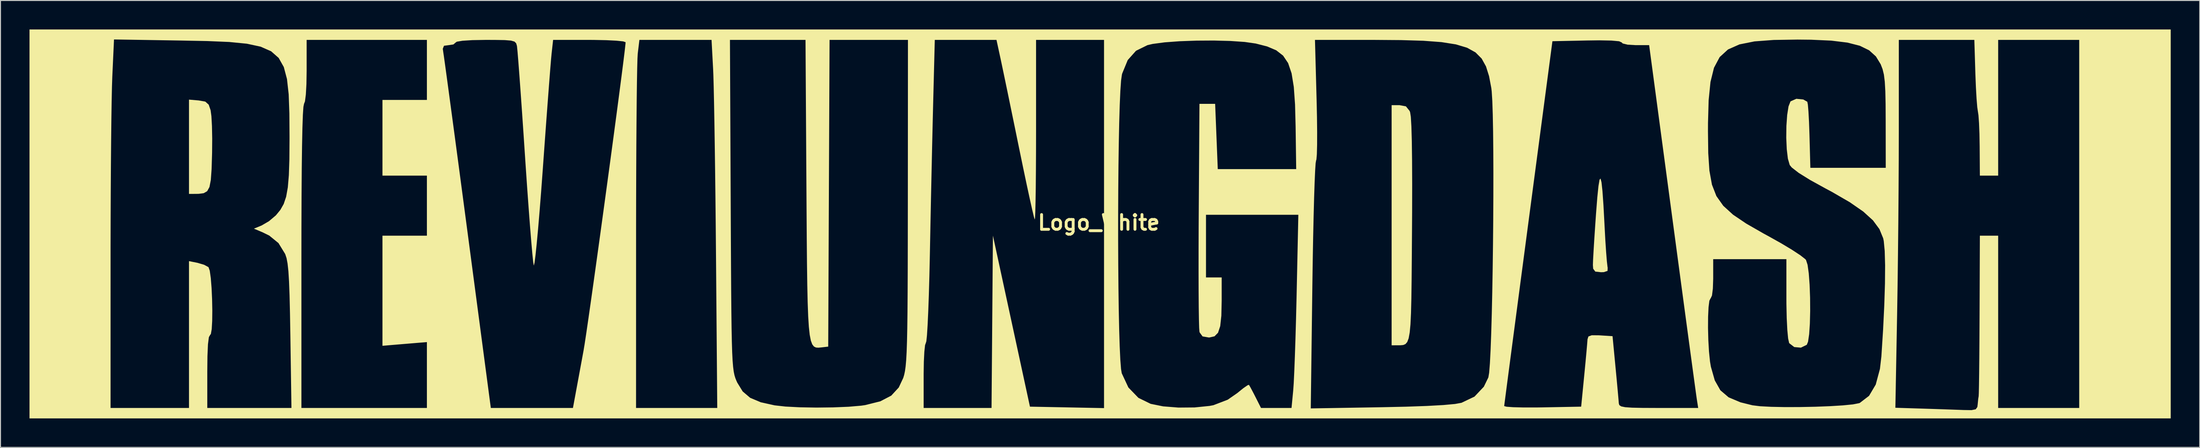
<source format=kicad_pcb>
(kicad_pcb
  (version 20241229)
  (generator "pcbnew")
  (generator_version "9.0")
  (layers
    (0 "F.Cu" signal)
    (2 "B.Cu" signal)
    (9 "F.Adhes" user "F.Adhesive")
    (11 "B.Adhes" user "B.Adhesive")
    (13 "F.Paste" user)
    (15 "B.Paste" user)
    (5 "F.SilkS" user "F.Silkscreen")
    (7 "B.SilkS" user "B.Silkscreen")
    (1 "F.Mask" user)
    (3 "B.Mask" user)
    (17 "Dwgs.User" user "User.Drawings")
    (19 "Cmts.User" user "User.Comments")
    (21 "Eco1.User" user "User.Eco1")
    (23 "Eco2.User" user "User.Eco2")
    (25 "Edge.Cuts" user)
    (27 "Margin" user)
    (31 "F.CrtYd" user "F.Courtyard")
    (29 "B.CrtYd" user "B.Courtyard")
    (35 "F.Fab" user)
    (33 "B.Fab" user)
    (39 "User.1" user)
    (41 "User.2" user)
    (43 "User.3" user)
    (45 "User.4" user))
  (footprint "Logo_White"
    (layer "F.Cu")
    (at 110.517 19.996)
    (property "Reference" "Logo_White" (at 0 0 0) (layer "F.SilkS") (effects (font (size 1.524 1.524) (thickness 0.3))))
    (attr board_only exclude_from_pos_files exclude_from_bom)
    (fp_poly (pts (xy -93.036 -12.649) (xy -92.349 -12.528) (xy -91.996 -12.21) (xy -91.8 -11.639) (xy -91.717 -11.022) (xy -91.66 -10) (xy -91.635 -8.709) (xy -91.646 -7.285) (xy -91.65 -7.103) (xy -91.698 -5.53) (xy -91.777 -4.418) (xy -91.918 -3.687) (xy -92.152 -3.257) (xy -92.511 -3.048) (xy -93.027 -2.981) (xy -93.291 -2.976) (xy -94.034 -2.972) (xy -94.034 -12.733)) (stroke (width 0) (type solid)) (fill yes) (layer "F.SilkS"))
    (fp_poly (pts (xy 31.743 -12.036) (xy 32.119 -11.568) (xy 32.175 -11.431) (xy 32.249 -10.95) (xy 32.308 -9.947) (xy 32.351 -8.44) (xy 32.377 -6.448) (xy 32.388 -3.989) (xy 32.382 -1.082) (xy 32.371 0.738) (xy 32.351 3.59) (xy 32.331 5.947) (xy 32.305 7.858) (xy 32.267 9.37) (xy 32.212 10.528) (xy 32.132 11.381) (xy 32.024 11.974) (xy 31.88 12.356) (xy 31.695 12.572) (xy 31.462 12.669) (xy 31.177 12.695) (xy 30.872 12.696) (xy 30.264 12.7) (xy 30.264 -12.16) (xy 31.081 -12.16)) (stroke (width 0) (type solid)) (fill yes) (layer "F.SilkS"))
    (fp_poly (pts (xy 51.955 -4.181) (xy 52.055 -3.266) (xy 52.157 -1.821) (xy 52.264 0.16) (xy 52.276 0.405) (xy 52.352 1.815) (xy 52.434 3.057) (xy 52.512 4.019) (xy 52.578 4.587) (xy 52.594 4.661) (xy 52.58 4.997) (xy 52.198 5.124) (xy 51.899 5.134) (xy 51.314 5.068) (xy 51.094 4.769) (xy 51.067 4.391) (xy 51.084 3.879) (xy 51.136 2.935) (xy 51.214 1.667) (xy 51.313 0.182) (xy 51.392 -0.946) (xy 51.523 -2.619) (xy 51.642 -3.783) (xy 51.752 -4.435) (xy 51.855 -4.569)) (stroke (width 0) (type solid)) (fill yes) (layer "F.SilkS"))
    (fp_poly (pts (xy 110.787 20.266) (xy -110.517 20.266) (xy -110.517 19.231) (xy 21.908 19.231) (xy 29.126 19.111) (xy 31.743 19.054) (xy 33.566 18.99) (xy 41.898 18.99) (xy 42.147 19.058) (xy 42.842 19.108) (xy 43.891 19.134) (xy 45.198 19.134) (xy 45.869 19.125) (xy 49.854 19.05) (xy 50.172 15.807) (xy 50.298 14.5) (xy 50.404 13.357) (xy 50.478 12.506) (xy 50.51 12.077) (xy 50.605 11.783) (xy 50.95 11.659) (xy 51.676 11.664) (xy 51.813 11.672) (xy 53.097 11.754) (xy 53.407 14.997) (xy 53.531 16.303) (xy 53.636 17.442) (xy 53.711 18.288) (xy 53.745 18.712) (xy 53.8 18.894) (xy 53.994 19.023) (xy 54.405 19.107) (xy 55.113 19.156) (xy 56.198 19.179) (xy 57.739 19.185) (xy 57.861 19.185) (xy 61.949 19.185) (xy 61.946 19.165) (xy 82.329 19.165) (xy 85.142 19.253) (xy 86.507 19.297) (xy 87.843 19.343) (xy 88.948 19.382) (xy 89.373 19.398) (xy 90.203 19.41) (xy 90.633 19.324) (xy 90.801 19.089) (xy 90.833 18.847) (xy 90.892 18.243) (xy 90.937 17.969) (xy 90.953 17.64) (xy 90.97 16.84) (xy 90.987 15.636) (xy 91.003 14.099) (xy 91.016 12.295) (xy 91.027 10.295) (xy 91.031 9.525) (xy 91.062 1.351) (xy 92.953 1.351) (xy 92.953 19.185) (xy 101.33 19.185) (xy 101.33 -18.915) (xy 92.953 -18.915) (xy 92.953 -4.864) (xy 91.062 -4.864) (xy 91.041 -7.904) (xy 91.019 -9.182) (xy 90.975 -10.3) (xy 90.916 -11.124) (xy 90.861 -11.484) (xy 90.792 -11.952) (xy 90.72 -12.837) (xy 90.653 -14.016) (xy 90.599 -15.363) (xy 90.596 -15.47) (xy 90.491 -18.915) (xy 82.685 -18.915) (xy 82.684 -9.39) (xy 82.678 -6.567) (xy 82.66 -3.382) (xy 82.633 -0.012) (xy 82.597 3.365) (xy 82.556 6.571) (xy 82.51 9.43) (xy 82.506 9.65) (xy 82.329 19.165) (xy 61.946 19.165) (xy 61.811 18.307) (xy 61.752 17.893) (xy 61.628 16.991) (xy 61.445 15.647) (xy 61.209 13.907) (xy 60.927 11.819) (xy 60.605 9.429) (xy 60.249 6.783) (xy 59.866 3.93) (xy 59.462 0.915) (xy 59.276 -0.472) (xy 58.074 -9.45) (xy 62.96 -9.45) (xy 62.988 -7.192) (xy 63.108 -5.383) (xy 63.371 -3.932) (xy 63.831 -2.749) (xy 64.541 -1.743) (xy 65.551 -0.823) (xy 66.916 0.1) (xy 68.687 1.117) (xy 69.279 1.44) (xy 70.539 2.147) (xy 71.648 2.814) (xy 72.508 3.38) (xy 73.019 3.781) (xy 73.092 3.865) (xy 73.253 4.36) (xy 73.378 5.255) (xy 73.465 6.431) (xy 73.514 7.768) (xy 73.523 9.146) (xy 73.492 10.444) (xy 73.419 11.544) (xy 73.304 12.325) (xy 73.174 12.646) (xy 72.565 12.942) (xy 71.879 12.881) (xy 71.369 12.488) (xy 71.346 12.448) (xy 71.244 11.993) (xy 71.16 11.101) (xy 71.099 9.876) (xy 71.068 8.422) (xy 71.066 7.854) (xy 71.066 3.783) (xy 63.5 3.783) (xy 63.5 5.81) (xy 63.466 6.831) (xy 63.376 7.542) (xy 63.242 7.834) (xy 63.23 7.836) (xy 63.104 8.086) (xy 63.019 8.759) (xy 62.973 9.737) (xy 62.965 10.904) (xy 62.996 12.143) (xy 63.065 13.339) (xy 63.17 14.374) (xy 63.261 14.916) (xy 63.663 16.33) (xy 64.242 17.356) (xy 65.093 18.083) (xy 66.314 18.6) (xy 67.553 18.908) (xy 68.339 19.006) (xy 69.494 19.067) (xy 70.905 19.095) (xy 72.464 19.091) (xy 74.059 19.059) (xy 75.579 19) (xy 76.913 18.918) (xy 77.952 18.814) (xy 78.584 18.69) (xy 78.654 18.663) (xy 79.609 17.93) (xy 80.3 16.763) (xy 80.734 15.143) (xy 80.883 13.855) (xy 81.06 11.083) (xy 81.183 8.55) (xy 81.253 6.311) (xy 81.268 4.42) (xy 81.227 2.934) (xy 81.129 1.906) (xy 81.07 1.621) (xy 80.681 0.672) (xy 80.012 -0.236) (xy 79.007 -1.149) (xy 77.614 -2.115) (xy 75.776 -3.18) (xy 75.113 -3.535) (xy 73.512 -4.418) (xy 72.336 -5.15) (xy 71.614 -5.712) (xy 71.408 -5.967) (xy 71.22 -6.619) (xy 71.103 -7.606) (xy 71.052 -8.785) (xy 71.067 -10.012) (xy 71.146 -11.142) (xy 71.286 -12.033) (xy 71.485 -12.539) (xy 71.5 -12.555) (xy 72.094 -12.819) (xy 72.814 -12.747) (xy 73.228 -12.51) (xy 73.286 -12.207) (xy 73.347 -11.473) (xy 73.404 -10.413) (xy 73.449 -9.136) (xy 73.452 -9.03) (xy 73.542 -5.674) (xy 81.334 -5.674) (xy 81.328 -10.471) (xy 81.319 -12.261) (xy 81.29 -13.605) (xy 81.234 -14.595) (xy 81.143 -15.324) (xy 81.007 -15.885) (xy 80.82 -16.372) (xy 80.809 -16.398) (xy 80.316 -17.206) (xy 79.619 -17.837) (xy 78.658 -18.308) (xy 77.375 -18.636) (xy 75.708 -18.84) (xy 73.6 -18.935) (xy 72.203 -18.948) (xy 69.75 -18.91) (xy 67.771 -18.761) (xy 66.214 -18.45) (xy 65.03 -17.925) (xy 64.169 -17.136) (xy 63.582 -16.031) (xy 63.219 -14.558) (xy 63.029 -12.667) (xy 62.963 -10.307) (xy 62.96 -9.45) (xy 58.074 -9.45) (xy 56.88 -18.373) (xy 55.461 -18.374) (xy 54.657 -18.422) (xy 54.146 -18.547) (xy 54.043 -18.653) (xy 53.777 -18.774) (xy 52.995 -18.846) (xy 51.719 -18.87) (xy 50.463 -18.855) (xy 46.884 -18.78) (xy 44.398 0) (xy 43.985 3.125) (xy 43.592 6.093) (xy 43.227 8.862) (xy 42.894 11.386) (xy 42.599 13.623) (xy 42.348 15.529) (xy 42.147 17.061) (xy 42.002 18.176) (xy 41.917 18.829) (xy 41.898 18.99) (xy 33.566 18.99) (xy 33.913 18.977) (xy 35.613 18.883) (xy 36.82 18.772) (xy 37.487 18.651) (xy 38.83 18.01) (xy 39.796 16.984) (xy 40.263 16.022) (xy 40.345 15.53) (xy 40.422 14.56) (xy 40.493 13.177) (xy 40.558 11.444) (xy 40.616 9.423) (xy 40.666 7.18) (xy 40.708 4.777) (xy 40.741 2.277) (xy 40.765 -0.256) (xy 40.778 -2.759) (xy 40.781 -5.168) (xy 40.772 -7.42) (xy 40.751 -9.451) (xy 40.717 -11.198) (xy 40.67 -12.598) (xy 40.608 -13.587) (xy 40.568 -13.932) (xy 40.335 -15.161) (xy 40.018 -16.171) (xy 39.568 -16.984) (xy 38.934 -17.622) (xy 38.065 -18.104) (xy 36.909 -18.451) (xy 35.418 -18.686) (xy 33.538 -18.827) (xy 31.221 -18.896) (xy 28.428 -18.915) (xy 22.342 -18.915) (xy 22.51 -12.719) (xy 22.549 -10.949) (xy 22.566 -9.368) (xy 22.562 -8.054) (xy 22.537 -7.083) (xy 22.492 -6.533) (xy 22.459 -6.437) (xy 22.411 -6.158) (xy 22.36 -5.391) (xy 22.307 -4.19) (xy 22.254 -2.608) (xy 22.203 -0.697) (xy 22.154 1.488) (xy 22.11 3.896) (xy 22.073 6.44) (xy 21.908 19.231) (xy -110.517 19.231) (xy -110.517 19.185) (xy -102.14 19.185) (xy -94.034 19.185) (xy -94.034 3.986) (xy -93.164 4.16) (xy -92.474 4.362) (xy -92.02 4.608) (xy -92.016 4.612) (xy -91.887 4.983) (xy -91.781 5.739) (xy -91.7 6.758) (xy -91.647 7.918) (xy -91.624 9.097) (xy -91.636 10.173) (xy -91.685 11.026) (xy -91.773 11.532) (xy -91.845 11.619) (xy -91.979 11.859) (xy -92.073 12.59) (xy -92.127 13.828) (xy -92.143 15.402) (xy -92.143 19.185) (xy -83.445 19.185) (xy -82.415 19.185) (xy -69.445 19.185) (xy -69.445 12.366) (xy -71.741 12.557) (xy -74.038 12.749) (xy -74.038 1.351) (xy -69.445 1.351) (xy -69.445 -4.864) (xy -74.038 -4.864) (xy -74.038 -12.7) (xy -69.445 -12.7) (xy -69.445 -17.996) (xy -67.802 -17.996) (xy -67.751 -17.631) (xy -67.693 -17.242) (xy -67.57 -16.363) (xy -67.389 -15.04) (xy -67.156 -13.32) (xy -66.877 -11.249) (xy -66.558 -8.873) (xy -66.206 -6.238) (xy -65.827 -3.39) (xy -65.427 -0.376) (xy -65.225 1.148) (xy -62.838 19.185) (xy -54.351 19.185) (xy -47.828 19.185) (xy -39.435 19.185) (xy -18.104 19.185) (xy -11.086 19.185) (xy -11.015 10.265) (xy -10.944 1.345) (xy -9.03 10.197) (xy -7.117 19.05) (xy -3.288 19.125) (xy 0.54 19.2) (xy 0.54 1.735) (xy 1.998 1.735) (xy 2.009 4.281) (xy 2.03 6.723) (xy 2.061 8.997) (xy 2.104 11.041) (xy 2.158 12.79) (xy 2.223 14.18) (xy 2.298 15.149) (xy 2.371 15.593) (xy 3.059 17.068) (xy 4.095 18.14) (xy 5.359 18.759) (xy 6.641 19.019) (xy 8.228 19.145) (xy 9.901 19.132) (xy 11.44 18.975) (xy 11.846 18.899) (xy 13.321 18.333) (xy 14.304 17.651) (xy 14.936 17.139) (xy 15.382 16.832) (xy 15.517 16.789) (xy 15.681 17.069) (xy 15.996 17.666) (xy 16.185 18.037) (xy 16.764 19.185) (xy 19.918 19.185) (xy 20.094 17.361) (xy 20.145 16.622) (xy 20.202 15.43) (xy 20.263 13.871) (xy 20.325 12.032) (xy 20.383 10) (xy 20.436 7.862) (xy 20.447 7.363) (xy 20.623 -0.811) (xy 11.079 -0.811) (xy 11.079 5.674) (xy 12.7 5.674) (xy 12.7 8.089) (xy 12.666 9.633) (xy 12.549 10.713) (xy 12.321 11.401) (xy 11.959 11.768) (xy 11.436 11.888) (xy 11.361 11.889) (xy 10.723 11.778) (xy 10.426 11.372) (xy 10.401 11.281) (xy 10.371 10.888) (xy 10.347 10.013) (xy 10.328 8.718) (xy 10.316 7.06) (xy 10.311 5.099) (xy 10.312 2.896) (xy 10.32 0.509) (xy 10.328 -0.811) (xy 10.403 -12.295) (xy 12.024 -12.295) (xy 12.16 -8.917) (xy 12.295 -5.539) (xy 20.401 -5.539) (xy 20.341 -9.941) (xy 20.282 -12.234) (xy 20.153 -14.051) (xy 19.925 -15.456) (xy 19.566 -16.514) (xy 19.046 -17.288) (xy 18.335 -17.841) (xy 17.401 -18.237) (xy 16.215 -18.541) (xy 16.213 -18.541) (xy 15.079 -18.703) (xy 13.592 -18.805) (xy 11.886 -18.85) (xy 10.098 -18.84) (xy 8.36 -18.777) (xy 6.808 -18.663) (xy 5.576 -18.5) (xy 5.033 -18.375) (xy 3.847 -17.792) (xy 2.99 -16.829) (xy 2.418 -15.435) (xy 2.388 -15.321) (xy 2.302 -14.711) (xy 2.227 -13.631) (xy 2.162 -12.145) (xy 2.108 -10.316) (xy 2.065 -8.209) (xy 2.032 -5.886) (xy 2.01 -3.412) (xy 1.999 -0.851) (xy 1.998 1.735) (xy 0.54 1.735) (xy 0.54 -18.915) (xy -6.485 -18.915) (xy -6.485 -9.548) (xy -6.489 -7.366) (xy -6.5 -5.371) (xy -6.516 -3.625) (xy -6.538 -2.188) (xy -6.564 -1.118) (xy -6.593 -0.478) (xy -6.621 -0.316) (xy -6.708 -0.606) (xy -6.887 -1.356) (xy -7.142 -2.498) (xy -7.458 -3.961) (xy -7.819 -5.677) (xy -8.211 -7.576) (xy -8.242 -7.724) (xy -8.657 -9.754) (xy -9.061 -11.716) (xy -9.432 -13.517) (xy -9.753 -15.061) (xy -10.003 -16.256) (xy -10.151 -16.956) (xy -10.575 -18.915) (xy -16.952 -18.915) (xy -17.12 -12.362) (xy -17.169 -10.368) (xy -17.225 -7.972) (xy -17.284 -5.314) (xy -17.344 -2.532) (xy -17.401 0.234) (xy -17.452 2.847) (xy -17.461 3.31) (xy -17.509 5.469) (xy -17.565 7.445) (xy -17.628 9.177) (xy -17.694 10.602) (xy -17.76 11.658) (xy -17.824 12.282) (xy -17.869 12.43) (xy -17.958 12.683) (xy -18.032 13.374) (xy -18.083 14.401) (xy -18.104 15.661) (xy -18.104 15.807) (xy -18.104 19.185) (xy -39.435 19.185) (xy -39.567 3.175) (xy -39.594 0.176) (xy -39.625 -2.745) (xy -39.659 -5.529) (xy -39.695 -8.115) (xy -39.731 -10.444) (xy -39.768 -12.457) (xy -39.804 -14.094) (xy -39.838 -15.295) (xy -39.862 -15.875) (xy -40.025 -18.915) (xy -38.123 -18.915) (xy -38.044 -1.824) (xy -38.028 1.636) (xy -38.012 4.598) (xy -37.996 7.104) (xy -37.977 9.196) (xy -37.955 10.917) (xy -37.927 12.308) (xy -37.893 13.412) (xy -37.85 14.272) (xy -37.796 14.929) (xy -37.732 15.425) (xy -37.654 15.803) (xy -37.561 16.106) (xy -37.452 16.375) (xy -37.368 16.56) (xy -36.806 17.477) (xy -36.035 18.133) (xy -34.944 18.595) (xy -33.506 18.915) (xy -32.385 19.04) (xy -30.892 19.117) (xy -29.195 19.145) (xy -27.462 19.126) (xy -25.86 19.06) (xy -24.556 18.948) (xy -24.137 18.887) (xy -22.578 18.496) (xy -21.454 17.911) (xy -20.676 17.067) (xy -20.21 16.071) (xy -20.115 15.753) (xy -20.034 15.368) (xy -19.965 14.872) (xy -19.908 14.225) (xy -19.862 13.382) (xy -19.825 12.303) (xy -19.796 10.944) (xy -19.774 9.263) (xy -19.759 7.218) (xy -19.748 4.766) (xy -19.742 1.866) (xy -19.738 -1.527) (xy -19.737 -2.094) (xy -19.726 -18.915) (xy -27.828 -18.915) (xy -27.967 12.835) (xy -28.692 12.919) (xy -28.984 12.946) (xy -29.233 12.928) (xy -29.443 12.826) (xy -29.618 12.6) (xy -29.762 12.212) (xy -29.877 11.621) (xy -29.968 10.789) (xy -30.038 9.676) (xy -30.091 8.243) (xy -30.131 6.45) (xy -30.161 4.258) (xy -30.185 1.628) (xy -30.206 -1.479) (xy -30.219 -3.58) (xy -30.313 -18.915) (xy -38.123 -18.915) (xy -40.025 -18.915) (xy -47.482 -18.915) (xy -47.653 -17.496) (xy -47.682 -16.983) (xy -47.71 -15.978) (xy -47.736 -14.533) (xy -47.76 -12.697) (xy -47.78 -10.518) (xy -47.798 -8.048) (xy -47.811 -5.336) (xy -47.82 -2.432) (xy -47.825 0.615) (xy -47.825 1.554) (xy -47.828 19.185) (xy -54.351 19.185) (xy -54.088 17.766) (xy -53.93 16.909) (xy -53.706 15.698) (xy -53.45 14.311) (xy -53.253 13.24) (xy -53.143 12.573) (xy -52.974 11.461) (xy -52.756 9.963) (xy -52.495 8.138) (xy -52.2 6.046) (xy -51.879 3.744) (xy -51.54 1.292) (xy -51.191 -1.251) (xy -50.84 -3.826) (xy -50.494 -6.373) (xy -50.163 -8.835) (xy -49.854 -11.151) (xy -49.576 -13.263) (xy -49.335 -15.112) (xy -49.14 -16.639) (xy -49 -17.784) (xy -48.922 -18.489) (xy -48.909 -18.678) (xy -49.163 -18.763) (xy -49.86 -18.835) (xy -50.903 -18.887) (xy -52.195 -18.913) (xy -52.654 -18.915) (xy -56.4 -18.915) (xy -56.557 -17.496) (xy -56.612 -16.91) (xy -56.699 -15.854) (xy -56.813 -14.396) (xy -56.949 -12.605) (xy -57.103 -10.55) (xy -57.267 -8.299) (xy -57.439 -5.922) (xy -57.463 -5.579) (xy -57.632 -3.284) (xy -57.798 -1.186) (xy -57.954 0.659) (xy -58.097 2.197) (xy -58.22 3.374) (xy -58.319 4.136) (xy -58.388 4.429) (xy -58.402 4.419) (xy -58.461 4.046) (xy -58.549 3.195) (xy -58.661 1.926) (xy -58.793 0.299) (xy -58.938 -1.625) (xy -59.094 -3.785) (xy -59.254 -6.121) (xy -59.305 -6.89) (xy -59.464 -9.275) (xy -59.617 -11.507) (xy -59.759 -13.525) (xy -59.887 -15.269) (xy -59.994 -16.677) (xy -60.077 -17.687) (xy -60.132 -18.239) (xy -60.142 -18.307) (xy -60.221 -18.568) (xy -60.393 -18.741) (xy -60.754 -18.844) (xy -61.399 -18.896) (xy -62.425 -18.913) (xy -63.37 -18.915) (xy -64.751 -18.892) (xy -65.767 -18.828) (xy -66.353 -18.729) (xy -66.472 -18.645) (xy -66.705 -18.445) (xy -67.182 -18.374) (xy -67.679 -18.308) (xy -67.802 -17.996) (xy -69.445 -17.996) (xy -69.445 -18.915) (xy -81.874 -18.915) (xy -81.874 -15.688) (xy -81.896 -14.344) (xy -81.956 -13.265) (xy -82.048 -12.549) (xy -82.145 -12.295) (xy -82.208 -11.985) (xy -82.264 -11.146) (xy -82.311 -9.788) (xy -82.349 -7.925) (xy -82.379 -5.566) (xy -82.4 -2.722) (xy -82.412 0.594) (xy -82.415 3.529) (xy -82.415 19.185) (xy -83.445 19.185) (xy -83.556 11.687) (xy -83.596 9.369) (xy -83.64 7.528) (xy -83.694 6.102) (xy -83.76 5.027) (xy -83.845 4.241) (xy -83.95 3.679) (xy -84.081 3.28) (xy -84.1 3.237) (xy -84.786 2.117) (xy -85.739 1.339) (xy -86.431 1) (xy -87.323 0.624) (xy -86.522 0.293) (xy -85.767 -0.148) (xy -85.058 -0.75) (xy -85.046 -0.763) (xy -84.593 -1.316) (xy -84.246 -1.929) (xy -83.992 -2.682) (xy -83.819 -3.652) (xy -83.712 -4.918) (xy -83.658 -6.558) (xy -83.643 -8.652) (xy -83.643 -8.917) (xy -83.659 -11.312) (xy -83.73 -13.28) (xy -83.906 -14.863) (xy -84.235 -16.106) (xy -84.766 -17.05) (xy -85.546 -17.738) (xy -86.625 -18.214) (xy -88.05 -18.521) (xy -89.871 -18.7) (xy -92.136 -18.796) (xy -94.869 -18.85) (xy -101.784 -18.961) (xy -101.961 -15.087) (xy -101.995 -14.073) (xy -102.027 -12.584) (xy -102.056 -10.687) (xy -102.081 -8.448) (xy -102.103 -5.933) (xy -102.12 -3.207) (xy -102.132 -0.337) (xy -102.139 2.61) (xy -102.139 3.986) (xy -102.14 19.185) (xy -110.517 19.185) (xy -110.517 -19.996) (xy 110.787 -19.996)) (stroke (width 0) (type solid)) (fill yes) (layer "F.SilkS")))
  (gr_rect
    (start -3 -3)
    (end 224.304 43.262)
    (stroke (width 0.1) (type default))
    (fill no)
    (layer "Edge.Cuts")))
</source>
